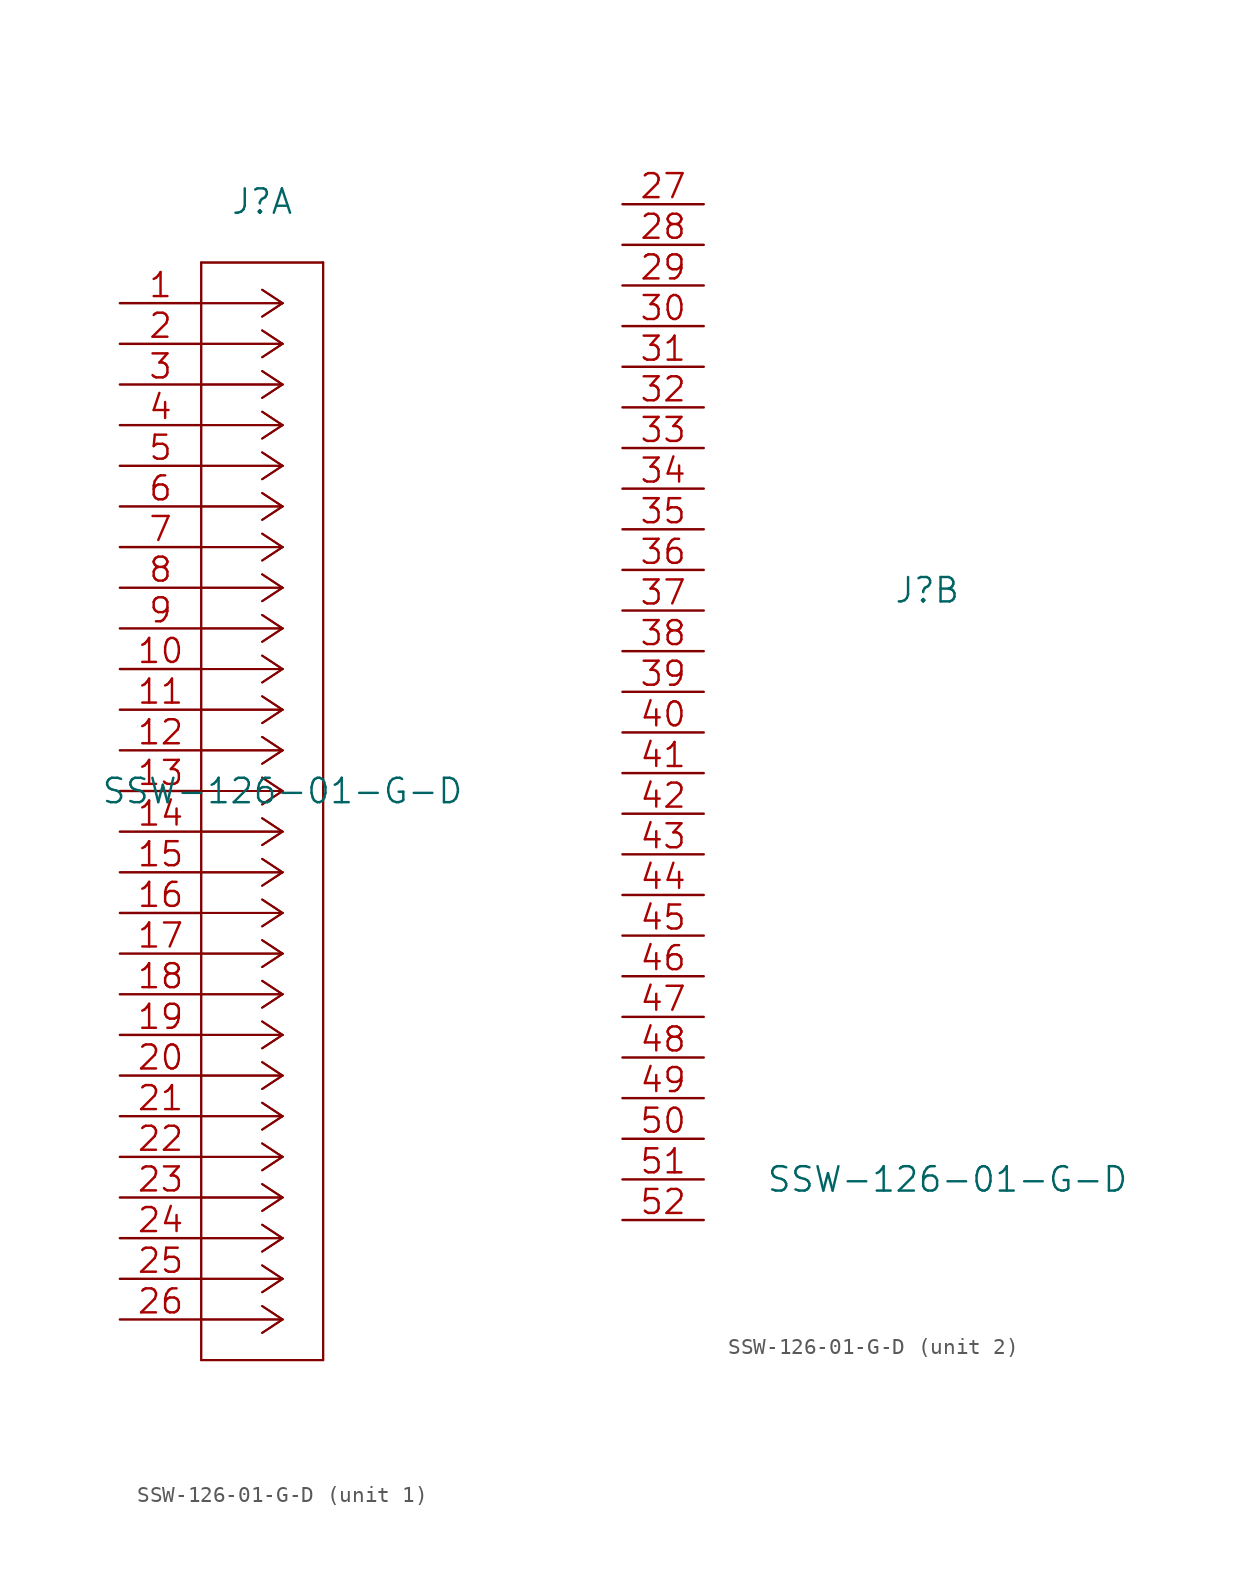
<source format=kicad_sym>
(kicad_symbol_lib
  (version 20220914)
  (generator kicad_symbol_editor)
  (symbol "SSW-126-01-G-D"
    (pin_names
      (offset 0.254) hide)
    (property "Reference" "J"
      (at 8.89 6.35 0)
      (effects (font (size 1.524 1.524))))
    (property "Value" "SSW-126-01-G-D"
      (at 10.16 -30.48 0)
      (effects (font (size 1.524 1.524))))
    (property "Datasheet" ""
      (at 0 0 0)
      (effects (font (size 1.524 1.524))))
    (property "ki_locked" ""
      (at 0 0 0)
      (effects (font (size 1.27 1.27))))
    (symbol "SSW-126-01-G-D_1_1"
      (polyline (pts (xy 5.08 -66.04) (xy 12.7 -66.04)) (stroke (width 0.127) (type solid)) (fill (type none)))
      (polyline (pts (xy 5.08 -66.04) (xy 12.7 -66.04)) (stroke (width 0.127) (type solid)) (fill (type none)))
      (polyline (pts (xy 5.08 2.54) (xy 5.08 -66.04)) (stroke (width 0.127) (type solid)) (fill (type none)))
      (polyline (pts (xy 5.08 2.54) (xy 5.08 -66.04)) (stroke (width 0.127) (type solid)) (fill (type none)))
      (polyline (pts (xy 10.16 -63.5) (xy 5.08 -63.5)) (stroke (width 0.127) (type solid)) (fill (type none)))
      (polyline (pts (xy 10.16 -63.5) (xy 5.08 -63.5)) (stroke (width 0.127) (type solid)) (fill (type none)))
      (polyline (pts (xy 10.16 -63.5) (xy 8.89 -64.338)) (stroke (width 0.127) (type solid)) (fill (type none)))
      (polyline (pts (xy 10.16 -63.5) (xy 8.89 -64.338)) (stroke (width 0.127) (type solid)) (fill (type none)))
      (polyline (pts (xy 10.16 -63.5) (xy 8.89 -62.662)) (stroke (width 0.127) (type solid)) (fill (type none)))
      (polyline (pts (xy 10.16 -63.5) (xy 8.89 -62.662)) (stroke (width 0.127) (type solid)) (fill (type none)))
      (polyline (pts (xy 10.16 -60.96) (xy 5.08 -60.96)) (stroke (width 0.127) (type solid)) (fill (type none)))
      (polyline (pts (xy 10.16 -60.96) (xy 5.08 -60.96)) (stroke (width 0.127) (type solid)) (fill (type none)))
      (polyline (pts (xy 10.16 -60.96) (xy 8.89 -61.798)) (stroke (width 0.127) (type solid)) (fill (type none)))
      (polyline (pts (xy 10.16 -60.96) (xy 8.89 -61.798)) (stroke (width 0.127) (type solid)) (fill (type none)))
      (polyline (pts (xy 10.16 -60.96) (xy 8.89 -60.122)) (stroke (width 0.127) (type solid)) (fill (type none)))
      (polyline (pts (xy 10.16 -60.96) (xy 8.89 -60.122)) (stroke (width 0.127) (type solid)) (fill (type none)))
      (polyline (pts (xy 10.16 -58.42) (xy 5.08 -58.42)) (stroke (width 0.127) (type solid)) (fill (type none)))
      (polyline (pts (xy 10.16 -58.42) (xy 5.08 -58.42)) (stroke (width 0.127) (type solid)) (fill (type none)))
      (polyline (pts (xy 10.16 -58.42) (xy 8.89 -59.258)) (stroke (width 0.127) (type solid)) (fill (type none)))
      (polyline (pts (xy 10.16 -58.42) (xy 8.89 -59.258)) (stroke (width 0.127) (type solid)) (fill (type none)))
      (polyline (pts (xy 10.16 -58.42) (xy 8.89 -57.582)) (stroke (width 0.127) (type solid)) (fill (type none)))
      (polyline (pts (xy 10.16 -58.42) (xy 8.89 -57.582)) (stroke (width 0.127) (type solid)) (fill (type none)))
      (polyline (pts (xy 10.16 -55.88) (xy 5.08 -55.88)) (stroke (width 0.127) (type solid)) (fill (type none)))
      (polyline (pts (xy 10.16 -55.88) (xy 5.08 -55.88)) (stroke (width 0.127) (type solid)) (fill (type none)))
      (polyline (pts (xy 10.16 -55.88) (xy 8.89 -56.718)) (stroke (width 0.127) (type solid)) (fill (type none)))
      (polyline (pts (xy 10.16 -55.88) (xy 8.89 -56.718)) (stroke (width 0.127) (type solid)) (fill (type none)))
      (polyline (pts (xy 10.16 -55.88) (xy 8.89 -55.042)) (stroke (width 0.127) (type solid)) (fill (type none)))
      (polyline (pts (xy 10.16 -55.88) (xy 8.89 -55.042)) (stroke (width 0.127) (type solid)) (fill (type none)))
      (polyline (pts (xy 10.16 -53.34) (xy 5.08 -53.34)) (stroke (width 0.127) (type solid)) (fill (type none)))
      (polyline (pts (xy 10.16 -53.34) (xy 5.08 -53.34)) (stroke (width 0.127) (type solid)) (fill (type none)))
      (polyline (pts (xy 10.16 -53.34) (xy 8.89 -54.178)) (stroke (width 0.127) (type solid)) (fill (type none)))
      (polyline (pts (xy 10.16 -53.34) (xy 8.89 -54.178)) (stroke (width 0.127) (type solid)) (fill (type none)))
      (polyline (pts (xy 10.16 -53.34) (xy 8.89 -52.502)) (stroke (width 0.127) (type solid)) (fill (type none)))
      (polyline (pts (xy 10.16 -53.34) (xy 8.89 -52.502)) (stroke (width 0.127) (type solid)) (fill (type none)))
      (polyline (pts (xy 10.16 -50.8) (xy 5.08 -50.8)) (stroke (width 0.127) (type solid)) (fill (type none)))
      (polyline (pts (xy 10.16 -50.8) (xy 5.08 -50.8)) (stroke (width 0.127) (type solid)) (fill (type none)))
      (polyline (pts (xy 10.16 -50.8) (xy 8.89 -51.638)) (stroke (width 0.127) (type solid)) (fill (type none)))
      (polyline (pts (xy 10.16 -50.8) (xy 8.89 -51.638)) (stroke (width 0.127) (type solid)) (fill (type none)))
      (polyline (pts (xy 10.16 -50.8) (xy 8.89 -49.962)) (stroke (width 0.127) (type solid)) (fill (type none)))
      (polyline (pts (xy 10.16 -50.8) (xy 8.89 -49.962)) (stroke (width 0.127) (type solid)) (fill (type none)))
      (polyline (pts (xy 10.16 -48.26) (xy 5.08 -48.26)) (stroke (width 0.127) (type solid)) (fill (type none)))
      (polyline (pts (xy 10.16 -48.26) (xy 5.08 -48.26)) (stroke (width 0.127) (type solid)) (fill (type none)))
      (polyline (pts (xy 10.16 -48.26) (xy 8.89 -49.098)) (stroke (width 0.127) (type solid)) (fill (type none)))
      (polyline (pts (xy 10.16 -48.26) (xy 8.89 -49.098)) (stroke (width 0.127) (type solid)) (fill (type none)))
      (polyline (pts (xy 10.16 -48.26) (xy 8.89 -47.422)) (stroke (width 0.127) (type solid)) (fill (type none)))
      (polyline (pts (xy 10.16 -48.26) (xy 8.89 -47.422)) (stroke (width 0.127) (type solid)) (fill (type none)))
      (polyline (pts (xy 10.16 -45.72) (xy 5.08 -45.72)) (stroke (width 0.127) (type solid)) (fill (type none)))
      (polyline (pts (xy 10.16 -45.72) (xy 5.08 -45.72)) (stroke (width 0.127) (type solid)) (fill (type none)))
      (polyline (pts (xy 10.16 -45.72) (xy 8.89 -46.558)) (stroke (width 0.127) (type solid)) (fill (type none)))
      (polyline (pts (xy 10.16 -45.72) (xy 8.89 -46.558)) (stroke (width 0.127) (type solid)) (fill (type none)))
      (polyline (pts (xy 10.16 -45.72) (xy 8.89 -44.882)) (stroke (width 0.127) (type solid)) (fill (type none)))
      (polyline (pts (xy 10.16 -45.72) (xy 8.89 -44.882)) (stroke (width 0.127) (type solid)) (fill (type none)))
      (polyline (pts (xy 10.16 -43.18) (xy 5.08 -43.18)) (stroke (width 0.127) (type solid)) (fill (type none)))
      (polyline (pts (xy 10.16 -43.18) (xy 5.08 -43.18)) (stroke (width 0.127) (type solid)) (fill (type none)))
      (polyline (pts (xy 10.16 -43.18) (xy 8.89 -44.018)) (stroke (width 0.127) (type solid)) (fill (type none)))
      (polyline (pts (xy 10.16 -43.18) (xy 8.89 -44.018)) (stroke (width 0.127) (type solid)) (fill (type none)))
      (polyline (pts (xy 10.16 -43.18) (xy 8.89 -42.342)) (stroke (width 0.127) (type solid)) (fill (type none)))
      (polyline (pts (xy 10.16 -43.18) (xy 8.89 -42.342)) (stroke (width 0.127) (type solid)) (fill (type none)))
      (polyline (pts (xy 10.16 -40.64) (xy 5.08 -40.64)) (stroke (width 0.127) (type solid)) (fill (type none)))
      (polyline (pts (xy 10.16 -40.64) (xy 5.08 -40.64)) (stroke (width 0.127) (type solid)) (fill (type none)))
      (polyline (pts (xy 10.16 -40.64) (xy 8.89 -41.478)) (stroke (width 0.127) (type solid)) (fill (type none)))
      (polyline (pts (xy 10.16 -40.64) (xy 8.89 -41.478)) (stroke (width 0.127) (type solid)) (fill (type none)))
      (polyline (pts (xy 10.16 -40.64) (xy 8.89 -39.802)) (stroke (width 0.127) (type solid)) (fill (type none)))
      (polyline (pts (xy 10.16 -40.64) (xy 8.89 -39.802)) (stroke (width 0.127) (type solid)) (fill (type none)))
      (polyline (pts (xy 10.16 -38.1) (xy 5.08 -38.1)) (stroke (width 0.127) (type solid)) (fill (type none)))
      (polyline (pts (xy 10.16 -38.1) (xy 5.08 -38.1)) (stroke (width 0.127) (type solid)) (fill (type none)))
      (polyline (pts (xy 10.16 -38.1) (xy 8.89 -38.938)) (stroke (width 0.127) (type solid)) (fill (type none)))
      (polyline (pts (xy 10.16 -38.1) (xy 8.89 -38.938)) (stroke (width 0.127) (type solid)) (fill (type none)))
      (polyline (pts (xy 10.16 -38.1) (xy 8.89 -37.262)) (stroke (width 0.127) (type solid)) (fill (type none)))
      (polyline (pts (xy 10.16 -38.1) (xy 8.89 -37.262)) (stroke (width 0.127) (type solid)) (fill (type none)))
      (polyline (pts (xy 10.16 -35.56) (xy 5.08 -35.56)) (stroke (width 0.127) (type solid)) (fill (type none)))
      (polyline (pts (xy 10.16 -35.56) (xy 5.08 -35.56)) (stroke (width 0.127) (type solid)) (fill (type none)))
      (polyline (pts (xy 10.16 -35.56) (xy 8.89 -36.398)) (stroke (width 0.127) (type solid)) (fill (type none)))
      (polyline (pts (xy 10.16 -35.56) (xy 8.89 -36.398)) (stroke (width 0.127) (type solid)) (fill (type none)))
      (polyline (pts (xy 10.16 -35.56) (xy 8.89 -34.722)) (stroke (width 0.127) (type solid)) (fill (type none)))
      (polyline (pts (xy 10.16 -35.56) (xy 8.89 -34.722)) (stroke (width 0.127) (type solid)) (fill (type none)))
      (polyline (pts (xy 10.16 -33.02) (xy 5.08 -33.02)) (stroke (width 0.127) (type solid)) (fill (type none)))
      (polyline (pts (xy 10.16 -33.02) (xy 5.08 -33.02)) (stroke (width 0.127) (type solid)) (fill (type none)))
      (polyline (pts (xy 10.16 -33.02) (xy 8.89 -33.858)) (stroke (width 0.127) (type solid)) (fill (type none)))
      (polyline (pts (xy 10.16 -33.02) (xy 8.89 -33.858)) (stroke (width 0.127) (type solid)) (fill (type none)))
      (polyline (pts (xy 10.16 -33.02) (xy 8.89 -32.182)) (stroke (width 0.127) (type solid)) (fill (type none)))
      (polyline (pts (xy 10.16 -33.02) (xy 8.89 -32.182)) (stroke (width 0.127) (type solid)) (fill (type none)))
      (polyline (pts (xy 10.16 -30.48) (xy 5.08 -30.48)) (stroke (width 0.127) (type solid)) (fill (type none)))
      (polyline (pts (xy 10.16 -30.48) (xy 5.08 -30.48)) (stroke (width 0.127) (type solid)) (fill (type none)))
      (polyline (pts (xy 10.16 -30.48) (xy 8.89 -31.318)) (stroke (width 0.127) (type solid)) (fill (type none)))
      (polyline (pts (xy 10.16 -30.48) (xy 8.89 -31.318)) (stroke (width 0.127) (type solid)) (fill (type none)))
      (polyline (pts (xy 10.16 -30.48) (xy 8.89 -29.642)) (stroke (width 0.127) (type solid)) (fill (type none)))
      (polyline (pts (xy 10.16 -30.48) (xy 8.89 -29.642)) (stroke (width 0.127) (type solid)) (fill (type none)))
      (polyline (pts (xy 10.16 -27.94) (xy 5.08 -27.94)) (stroke (width 0.127) (type solid)) (fill (type none)))
      (polyline (pts (xy 10.16 -27.94) (xy 5.08 -27.94)) (stroke (width 0.127) (type solid)) (fill (type none)))
      (polyline (pts (xy 10.16 -27.94) (xy 8.89 -28.778)) (stroke (width 0.127) (type solid)) (fill (type none)))
      (polyline (pts (xy 10.16 -27.94) (xy 8.89 -28.778)) (stroke (width 0.127) (type solid)) (fill (type none)))
      (polyline (pts (xy 10.16 -27.94) (xy 8.89 -27.102)) (stroke (width 0.127) (type solid)) (fill (type none)))
      (polyline (pts (xy 10.16 -27.94) (xy 8.89 -27.102)) (stroke (width 0.127) (type solid)) (fill (type none)))
      (polyline (pts (xy 10.16 -25.4) (xy 5.08 -25.4)) (stroke (width 0.127) (type solid)) (fill (type none)))
      (polyline (pts (xy 10.16 -25.4) (xy 5.08 -25.4)) (stroke (width 0.127) (type solid)) (fill (type none)))
      (polyline (pts (xy 10.16 -25.4) (xy 8.89 -26.238)) (stroke (width 0.127) (type solid)) (fill (type none)))
      (polyline (pts (xy 10.16 -25.4) (xy 8.89 -26.238)) (stroke (width 0.127) (type solid)) (fill (type none)))
      (polyline (pts (xy 10.16 -25.4) (xy 8.89 -24.562)) (stroke (width 0.127) (type solid)) (fill (type none)))
      (polyline (pts (xy 10.16 -25.4) (xy 8.89 -24.562)) (stroke (width 0.127) (type solid)) (fill (type none)))
      (polyline (pts (xy 10.16 -22.86) (xy 5.08 -22.86)) (stroke (width 0.127) (type solid)) (fill (type none)))
      (polyline (pts (xy 10.16 -22.86) (xy 5.08 -22.86)) (stroke (width 0.127) (type solid)) (fill (type none)))
      (polyline (pts (xy 10.16 -22.86) (xy 8.89 -23.698)) (stroke (width 0.127) (type solid)) (fill (type none)))
      (polyline (pts (xy 10.16 -22.86) (xy 8.89 -23.698)) (stroke (width 0.127) (type solid)) (fill (type none)))
      (polyline (pts (xy 10.16 -22.86) (xy 8.89 -22.022)) (stroke (width 0.127) (type solid)) (fill (type none)))
      (polyline (pts (xy 10.16 -22.86) (xy 8.89 -22.022)) (stroke (width 0.127) (type solid)) (fill (type none)))
      (polyline (pts (xy 10.16 -20.32) (xy 5.08 -20.32)) (stroke (width 0.127) (type solid)) (fill (type none)))
      (polyline (pts (xy 10.16 -20.32) (xy 5.08 -20.32)) (stroke (width 0.127) (type solid)) (fill (type none)))
      (polyline (pts (xy 10.16 -20.32) (xy 8.89 -21.158)) (stroke (width 0.127) (type solid)) (fill (type none)))
      (polyline (pts (xy 10.16 -20.32) (xy 8.89 -21.158)) (stroke (width 0.127) (type solid)) (fill (type none)))
      (polyline (pts (xy 10.16 -20.32) (xy 8.89 -19.482)) (stroke (width 0.127) (type solid)) (fill (type none)))
      (polyline (pts (xy 10.16 -20.32) (xy 8.89 -19.482)) (stroke (width 0.127) (type solid)) (fill (type none)))
      (polyline (pts (xy 10.16 -17.78) (xy 5.08 -17.78)) (stroke (width 0.127) (type solid)) (fill (type none)))
      (polyline (pts (xy 10.16 -17.78) (xy 5.08 -17.78)) (stroke (width 0.127) (type solid)) (fill (type none)))
      (polyline (pts (xy 10.16 -17.78) (xy 8.89 -18.618)) (stroke (width 0.127) (type solid)) (fill (type none)))
      (polyline (pts (xy 10.16 -17.78) (xy 8.89 -18.618)) (stroke (width 0.127) (type solid)) (fill (type none)))
      (polyline (pts (xy 10.16 -17.78) (xy 8.89 -16.942)) (stroke (width 0.127) (type solid)) (fill (type none)))
      (polyline (pts (xy 10.16 -17.78) (xy 8.89 -16.942)) (stroke (width 0.127) (type solid)) (fill (type none)))
      (polyline (pts (xy 10.16 -15.24) (xy 5.08 -15.24)) (stroke (width 0.127) (type solid)) (fill (type none)))
      (polyline (pts (xy 10.16 -15.24) (xy 5.08 -15.24)) (stroke (width 0.127) (type solid)) (fill (type none)))
      (polyline (pts (xy 10.16 -15.24) (xy 8.89 -16.078)) (stroke (width 0.127) (type solid)) (fill (type none)))
      (polyline (pts (xy 10.16 -15.24) (xy 8.89 -16.078)) (stroke (width 0.127) (type solid)) (fill (type none)))
      (polyline (pts (xy 10.16 -15.24) (xy 8.89 -14.402)) (stroke (width 0.127) (type solid)) (fill (type none)))
      (polyline (pts (xy 10.16 -15.24) (xy 8.89 -14.402)) (stroke (width 0.127) (type solid)) (fill (type none)))
      (polyline (pts (xy 10.16 -12.7) (xy 5.08 -12.7)) (stroke (width 0.127) (type solid)) (fill (type none)))
      (polyline (pts (xy 10.16 -12.7) (xy 5.08 -12.7)) (stroke (width 0.127) (type solid)) (fill (type none)))
      (polyline (pts (xy 10.16 -12.7) (xy 8.89 -13.538)) (stroke (width 0.127) (type solid)) (fill (type none)))
      (polyline (pts (xy 10.16 -12.7) (xy 8.89 -13.538)) (stroke (width 0.127) (type solid)) (fill (type none)))
      (polyline (pts (xy 10.16 -12.7) (xy 8.89 -11.862)) (stroke (width 0.127) (type solid)) (fill (type none)))
      (polyline (pts (xy 10.16 -12.7) (xy 8.89 -11.862)) (stroke (width 0.127) (type solid)) (fill (type none)))
      (polyline (pts (xy 10.16 -10.16) (xy 5.08 -10.16)) (stroke (width 0.127) (type solid)) (fill (type none)))
      (polyline (pts (xy 10.16 -10.16) (xy 5.08 -10.16)) (stroke (width 0.127) (type solid)) (fill (type none)))
      (polyline (pts (xy 10.16 -10.16) (xy 8.89 -10.998)) (stroke (width 0.127) (type solid)) (fill (type none)))
      (polyline (pts (xy 10.16 -10.16) (xy 8.89 -10.998)) (stroke (width 0.127) (type solid)) (fill (type none)))
      (polyline (pts (xy 10.16 -10.16) (xy 8.89 -9.322)) (stroke (width 0.127) (type solid)) (fill (type none)))
      (polyline (pts (xy 10.16 -10.16) (xy 8.89 -9.322)) (stroke (width 0.127) (type solid)) (fill (type none)))
      (polyline (pts (xy 10.16 -7.62) (xy 5.08 -7.62)) (stroke (width 0.127) (type solid)) (fill (type none)))
      (polyline (pts (xy 10.16 -7.62) (xy 5.08 -7.62)) (stroke (width 0.127) (type solid)) (fill (type none)))
      (polyline (pts (xy 10.16 -7.62) (xy 8.89 -8.458)) (stroke (width 0.127) (type solid)) (fill (type none)))
      (polyline (pts (xy 10.16 -7.62) (xy 8.89 -8.458)) (stroke (width 0.127) (type solid)) (fill (type none)))
      (polyline (pts (xy 10.16 -7.62) (xy 8.89 -6.782)) (stroke (width 0.127) (type solid)) (fill (type none)))
      (polyline (pts (xy 10.16 -7.62) (xy 8.89 -6.782)) (stroke (width 0.127) (type solid)) (fill (type none)))
      (polyline (pts (xy 10.16 -5.08) (xy 5.08 -5.08)) (stroke (width 0.127) (type solid)) (fill (type none)))
      (polyline (pts (xy 10.16 -5.08) (xy 5.08 -5.08)) (stroke (width 0.127) (type solid)) (fill (type none)))
      (polyline (pts (xy 10.16 -5.08) (xy 8.89 -5.918)) (stroke (width 0.127) (type solid)) (fill (type none)))
      (polyline (pts (xy 10.16 -5.08) (xy 8.89 -5.918)) (stroke (width 0.127) (type solid)) (fill (type none)))
      (polyline (pts (xy 10.16 -5.08) (xy 8.89 -4.242)) (stroke (width 0.127) (type solid)) (fill (type none)))
      (polyline (pts (xy 10.16 -5.08) (xy 8.89 -4.242)) (stroke (width 0.127) (type solid)) (fill (type none)))
      (polyline (pts (xy 10.16 -2.54) (xy 5.08 -2.54)) (stroke (width 0.127) (type solid)) (fill (type none)))
      (polyline (pts (xy 10.16 -2.54) (xy 5.08 -2.54)) (stroke (width 0.127) (type solid)) (fill (type none)))
      (polyline (pts (xy 10.16 -2.54) (xy 8.89 -3.378)) (stroke (width 0.127) (type solid)) (fill (type none)))
      (polyline (pts (xy 10.16 -2.54) (xy 8.89 -3.378)) (stroke (width 0.127) (type solid)) (fill (type none)))
      (polyline (pts (xy 10.16 -2.54) (xy 8.89 -1.702)) (stroke (width 0.127) (type solid)) (fill (type none)))
      (polyline (pts (xy 10.16 -2.54) (xy 8.89 -1.702)) (stroke (width 0.127) (type solid)) (fill (type none)))
      (polyline (pts (xy 10.16 0) (xy 5.08 0)) (stroke (width 0.127) (type solid)) (fill (type none)))
      (polyline (pts (xy 10.16 0) (xy 5.08 0)) (stroke (width 0.127) (type solid)) (fill (type none)))
      (polyline (pts (xy 10.16 0) (xy 8.89 -0.838)) (stroke (width 0.127) (type solid)) (fill (type none)))
      (polyline (pts (xy 10.16 0) (xy 8.89 -0.838)) (stroke (width 0.127) (type solid)) (fill (type none)))
      (polyline (pts (xy 10.16 0) (xy 8.89 0.838)) (stroke (width 0.127) (type solid)) (fill (type none)))
      (polyline (pts (xy 10.16 0) (xy 8.89 0.838)) (stroke (width 0.127) (type solid)) (fill (type none)))
      (polyline (pts (xy 12.7 -66.04) (xy 12.7 2.54)) (stroke (width 0.127) (type solid)) (fill (type none)))
      (polyline (pts (xy 12.7 -66.04) (xy 12.7 2.54)) (stroke (width 0.127) (type solid)) (fill (type none)))
      (polyline (pts (xy 12.7 2.54) (xy 5.08 2.54)) (stroke (width 0.127) (type solid)) (fill (type none)))
      (polyline (pts (xy 12.7 2.54) (xy 5.08 2.54)) (stroke (width 0.127) (type solid)) (fill (type none)))
      (pin unspecified line (at 0 0 0) (length 5.08) (name "1" (effects (font (size 1.499 1.499)))) (number "1" (effects (font (size 1.499 1.499)))))
      (pin unspecified line (at 0 -22.86 0) (length 5.08) (name "10" (effects (font (size 1.499 1.499)))) (number "10" (effects (font (size 1.499 1.499)))))
      (pin unspecified line (at 0 -25.4 0) (length 5.08) (name "11" (effects (font (size 1.499 1.499)))) (number "11" (effects (font (size 1.499 1.499)))))
      (pin unspecified line (at 0 -27.94 0) (length 5.08) (name "12" (effects (font (size 1.499 1.499)))) (number "12" (effects (font (size 1.499 1.499)))))
      (pin unspecified line (at 0 -30.48 0) (length 5.08) (name "13" (effects (font (size 1.499 1.499)))) (number "13" (effects (font (size 1.499 1.499)))))
      (pin unspecified line (at 0 -33.02 0) (length 5.08) (name "14" (effects (font (size 1.499 1.499)))) (number "14" (effects (font (size 1.499 1.499)))))
      (pin unspecified line (at 0 -35.56 0) (length 5.08) (name "15" (effects (font (size 1.499 1.499)))) (number "15" (effects (font (size 1.499 1.499)))))
      (pin unspecified line (at 0 -38.1 0) (length 5.08) (name "16" (effects (font (size 1.499 1.499)))) (number "16" (effects (font (size 1.499 1.499)))))
      (pin unspecified line (at 0 -40.64 0) (length 5.08) (name "17" (effects (font (size 1.499 1.499)))) (number "17" (effects (font (size 1.499 1.499)))))
      (pin unspecified line (at 0 -43.18 0) (length 5.08) (name "18" (effects (font (size 1.499 1.499)))) (number "18" (effects (font (size 1.499 1.499)))))
      (pin unspecified line (at 0 -45.72 0) (length 5.08) (name "19" (effects (font (size 1.499 1.499)))) (number "19" (effects (font (size 1.499 1.499)))))
      (pin unspecified line (at 0 -2.54 0) (length 5.08) (name "2" (effects (font (size 1.499 1.499)))) (number "2" (effects (font (size 1.499 1.499)))))
      (pin unspecified line (at 0 -48.26 0) (length 5.08) (name "20" (effects (font (size 1.499 1.499)))) (number "20" (effects (font (size 1.499 1.499)))))
      (pin unspecified line (at 0 -50.8 0) (length 5.08) (name "21" (effects (font (size 1.499 1.499)))) (number "21" (effects (font (size 1.499 1.499)))))
      (pin unspecified line (at 0 -53.34 0) (length 5.08) (name "22" (effects (font (size 1.499 1.499)))) (number "22" (effects (font (size 1.499 1.499)))))
      (pin unspecified line (at 0 -55.88 0) (length 5.08) (name "23" (effects (font (size 1.499 1.499)))) (number "23" (effects (font (size 1.499 1.499)))))
      (pin unspecified line (at 0 -58.42 0) (length 5.08) (name "24" (effects (font (size 1.499 1.499)))) (number "24" (effects (font (size 1.499 1.499)))))
      (pin unspecified line (at 0 -60.96 0) (length 5.08) (name "25" (effects (font (size 1.499 1.499)))) (number "25" (effects (font (size 1.499 1.499)))))
      (pin unspecified line (at 0 -63.5 0) (length 5.08) (name "26" (effects (font (size 1.499 1.499)))) (number "26" (effects (font (size 1.499 1.499)))))
      (pin unspecified line (at 0 -5.08 0) (length 5.08) (name "3" (effects (font (size 1.499 1.499)))) (number "3" (effects (font (size 1.499 1.499)))))
      (pin unspecified line (at 0 -7.62 0) (length 5.08) (name "4" (effects (font (size 1.499 1.499)))) (number "4" (effects (font (size 1.499 1.499)))))
      (pin unspecified line (at 0 -10.16 0) (length 5.08) (name "5" (effects (font (size 1.499 1.499)))) (number "5" (effects (font (size 1.499 1.499)))))
      (pin unspecified line (at 0 -12.7 0) (length 5.08) (name "6" (effects (font (size 1.499 1.499)))) (number "6" (effects (font (size 1.499 1.499)))))
      (pin unspecified line (at 0 -15.24 0) (length 5.08) (name "7" (effects (font (size 1.499 1.499)))) (number "7" (effects (font (size 1.499 1.499)))))
      (pin unspecified line (at 0 -17.78 0) (length 5.08) (name "8" (effects (font (size 1.499 1.499)))) (number "8" (effects (font (size 1.499 1.499)))))
      (pin unspecified line (at 0 -20.32 0) (length 5.08) (name "9" (effects (font (size 1.499 1.499)))) (number "9" (effects (font (size 1.499 1.499))))))
    (symbol "SSW-126-01-G-D_2_1"
      (pin unspecified line (at -10.16 30.48 0) (length 5.08) (name "27" (effects (font (size 1.499 1.499)))) (number "27" (effects (font (size 1.499 1.499)))))
      (pin unspecified line (at -10.16 27.94 0) (length 5.08) (name "28" (effects (font (size 1.499 1.499)))) (number "28" (effects (font (size 1.499 1.499)))))
      (pin unspecified line (at -10.16 25.4 0) (length 5.08) (name "29" (effects (font (size 1.499 1.499)))) (number "29" (effects (font (size 1.499 1.499)))))
      (pin unspecified line (at -10.16 22.86 0) (length 5.08) (name "30" (effects (font (size 1.499 1.499)))) (number "30" (effects (font (size 1.499 1.499)))))
      (pin unspecified line (at -10.16 20.32 0) (length 5.08) (name "31" (effects (font (size 1.499 1.499)))) (number "31" (effects (font (size 1.499 1.499)))))
      (pin unspecified line (at -10.16 17.78 0) (length 5.08) (name "32" (effects (font (size 1.499 1.499)))) (number "32" (effects (font (size 1.499 1.499)))))
      (pin unspecified line (at -10.16 15.24 0) (length 5.08) (name "33" (effects (font (size 1.499 1.499)))) (number "33" (effects (font (size 1.499 1.499)))))
      (pin unspecified line (at -10.16 12.7 0) (length 5.08) (name "34" (effects (font (size 1.499 1.499)))) (number "34" (effects (font (size 1.499 1.499)))))
      (pin unspecified line (at -10.16 10.16 0) (length 5.08) (name "35" (effects (font (size 1.499 1.499)))) (number "35" (effects (font (size 1.499 1.499)))))
      (pin unspecified line (at -10.16 7.62 0) (length 5.08) (name "36" (effects (font (size 1.499 1.499)))) (number "36" (effects (font (size 1.499 1.499)))))
      (pin unspecified line (at -10.16 5.08 0) (length 5.08) (name "37" (effects (font (size 1.499 1.499)))) (number "37" (effects (font (size 1.499 1.499)))))
      (pin unspecified line (at -10.16 2.54 0) (length 5.08) (name "38" (effects (font (size 1.499 1.499)))) (number "38" (effects (font (size 1.499 1.499)))))
      (pin unspecified line (at -10.16 0 0) (length 5.08) (name "39" (effects (font (size 1.499 1.499)))) (number "39" (effects (font (size 1.499 1.499)))))
      (pin unspecified line (at -10.16 -2.54 0) (length 5.08) (name "40" (effects (font (size 1.499 1.499)))) (number "40" (effects (font (size 1.499 1.499)))))
      (pin unspecified line (at -10.16 -5.08 0) (length 5.08) (name "41" (effects (font (size 1.499 1.499)))) (number "41" (effects (font (size 1.499 1.499)))))
      (pin unspecified line (at -10.16 -7.62 0) (length 5.08) (name "42" (effects (font (size 1.499 1.499)))) (number "42" (effects (font (size 1.499 1.499)))))
      (pin unspecified line (at -10.16 -10.16 0) (length 5.08) (name "43" (effects (font (size 1.499 1.499)))) (number "43" (effects (font (size 1.499 1.499)))))
      (pin unspecified line (at -10.16 -12.7 0) (length 5.08) (name "44" (effects (font (size 1.499 1.499)))) (number "44" (effects (font (size 1.499 1.499)))))
      (pin unspecified line (at -10.16 -15.24 0) (length 5.08) (name "45" (effects (font (size 1.499 1.499)))) (number "45" (effects (font (size 1.499 1.499)))))
      (pin unspecified line (at -10.16 -17.78 0) (length 5.08) (name "46" (effects (font (size 1.499 1.499)))) (number "46" (effects (font (size 1.499 1.499)))))
      (pin unspecified line (at -10.16 -20.32 0) (length 5.08) (name "47" (effects (font (size 1.499 1.499)))) (number "47" (effects (font (size 1.499 1.499)))))
      (pin unspecified line (at -10.16 -22.86 0) (length 5.08) (name "48" (effects (font (size 1.499 1.499)))) (number "48" (effects (font (size 1.499 1.499)))))
      (pin unspecified line (at -10.16 -25.4 0) (length 5.08) (name "49" (effects (font (size 1.499 1.499)))) (number "49" (effects (font (size 1.499 1.499)))))
      (pin unspecified line (at -10.16 -27.94 0) (length 5.08) (name "50" (effects (font (size 1.499 1.499)))) (number "50" (effects (font (size 1.499 1.499)))))
      (pin unspecified line (at -10.16 -30.48 0) (length 5.08) (name "51" (effects (font (size 1.499 1.499)))) (number "51" (effects (font (size 1.499 1.499)))))
      (pin unspecified line (at -10.16 -33.02 0) (length 5.08) (name "52" (effects (font (size 1.499 1.499)))) (number "52" (effects (font (size 1.499 1.499))))))))
</source>
